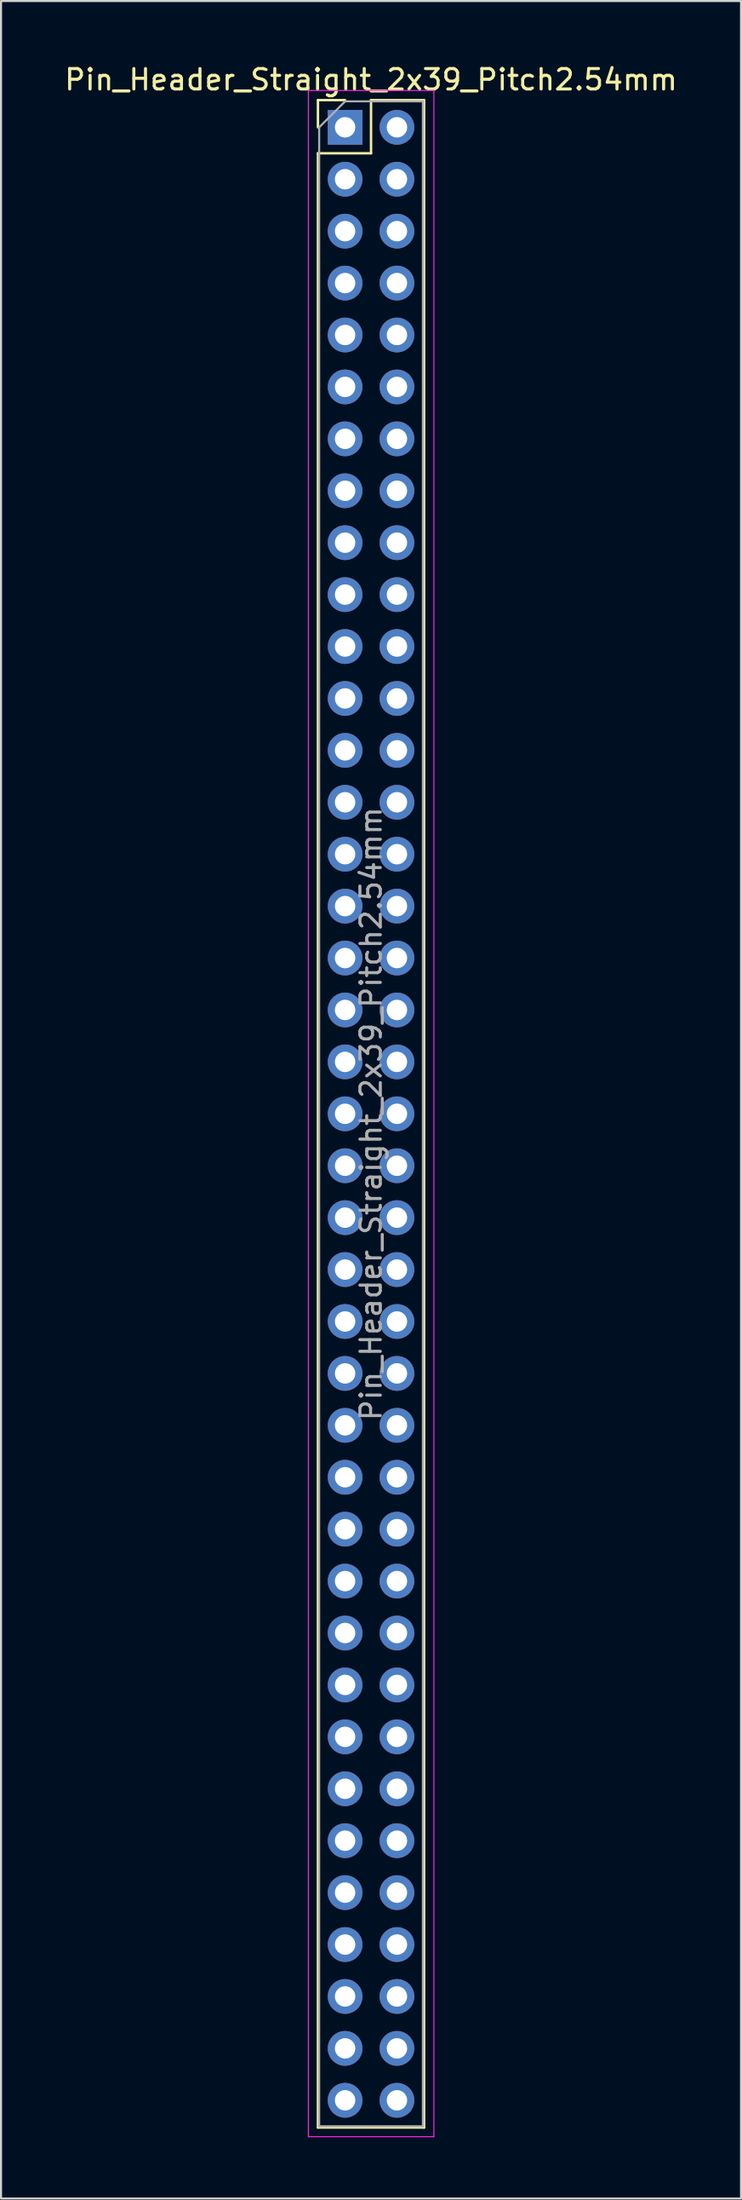
<source format=kicad_pcb>
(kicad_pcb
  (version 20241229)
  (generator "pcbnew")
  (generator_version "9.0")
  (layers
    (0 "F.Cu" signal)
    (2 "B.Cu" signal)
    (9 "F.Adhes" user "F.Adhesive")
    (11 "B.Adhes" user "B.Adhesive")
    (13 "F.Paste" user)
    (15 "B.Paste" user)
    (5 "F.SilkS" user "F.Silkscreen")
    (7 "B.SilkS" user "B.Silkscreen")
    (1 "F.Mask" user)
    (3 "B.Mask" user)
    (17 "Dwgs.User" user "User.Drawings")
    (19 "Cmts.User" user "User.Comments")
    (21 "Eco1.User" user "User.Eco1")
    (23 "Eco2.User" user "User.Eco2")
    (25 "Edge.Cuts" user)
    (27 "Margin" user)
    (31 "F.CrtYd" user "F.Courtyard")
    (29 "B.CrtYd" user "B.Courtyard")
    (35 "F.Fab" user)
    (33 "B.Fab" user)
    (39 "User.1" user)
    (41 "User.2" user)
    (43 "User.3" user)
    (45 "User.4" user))
  (footprint "Pin_Header_Straight_2x39_Pitch2.54mm"
    (layer "F.Cu")
    (at 13.855 3.178)
    (property "Reference" "Pin_Header_Straight_2x39_Pitch2.54mm" (at 1.27 -2.33 0) (layer "F.SilkS") (effects (font (size 1 1) (thickness 0.15))))
    (attr through_hole)
    (fp_line (start -1.33 -1.33) (end 0 -1.33) (stroke (width 0.12) (type solid)) (layer "F.SilkS"))
    (fp_line (start -1.33 0) (end -1.33 -1.33) (stroke (width 0.12) (type solid)) (layer "F.SilkS"))
    (fp_line (start -1.33 1.27) (end -1.33 97.85) (stroke (width 0.12) (type solid)) (layer "F.SilkS"))
    (fp_line (start -1.33 1.27) (end 1.27 1.27) (stroke (width 0.12) (type solid)) (layer "F.SilkS"))
    (fp_line (start -1.33 97.85) (end 3.87 97.85) (stroke (width 0.12) (type solid)) (layer "F.SilkS"))
    (fp_line (start 1.27 -1.33) (end 3.87 -1.33) (stroke (width 0.12) (type solid)) (layer "F.SilkS"))
    (fp_line (start 1.27 1.27) (end 1.27 -1.33) (stroke (width 0.12) (type solid)) (layer "F.SilkS"))
    (fp_line (start 3.87 -1.33) (end 3.87 97.85) (stroke (width 0.12) (type solid)) (layer "F.SilkS"))
    (fp_line (start -1.8 -1.8) (end -1.8 98.3) (stroke (width 0.05) (type solid)) (layer "F.CrtYd"))
    (fp_line (start -1.8 98.3) (end 4.35 98.3) (stroke (width 0.05) (type solid)) (layer "F.CrtYd"))
    (fp_line (start 4.35 -1.8) (end -1.8 -1.8) (stroke (width 0.05) (type solid)) (layer "F.CrtYd"))
    (fp_line (start 4.35 98.3) (end 4.35 -1.8) (stroke (width 0.05) (type solid)) (layer "F.CrtYd"))
    (fp_line (start -1.27 0) (end 0 -1.27) (stroke (width 0.1) (type solid)) (layer "F.Fab"))
    (fp_line (start -1.27 97.79) (end -1.27 0) (stroke (width 0.1) (type solid)) (layer "F.Fab"))
    (fp_line (start 0 -1.27) (end 3.81 -1.27) (stroke (width 0.1) (type solid)) (layer "F.Fab"))
    (fp_line (start 3.81 -1.27) (end 3.81 97.79) (stroke (width 0.1) (type solid)) (layer "F.Fab"))
    (fp_line (start 3.81 97.79) (end -1.27 97.79) (stroke (width 0.1) (type solid)) (layer "F.Fab"))
    (fp_text user "${REFERENCE}" (at 1.27 48.26 90) (layer "F.Fab") (effects (font (size 1 1) (thickness 0.15))))
    (pad "1" thru_hole rect (at 0 0) (size 1.7 1.7) (drill 1) (layers "*.Cu" "*.Mask"))
    (pad "2" thru_hole oval (at 2.54 0) (size 1.7 1.7) (drill 1) (layers "*.Cu" "*.Mask"))
    (pad "3" thru_hole oval (at 0 2.54) (size 1.7 1.7) (drill 1) (layers "*.Cu" "*.Mask"))
    (pad "4" thru_hole oval (at 2.54 2.54) (size 1.7 1.7) (drill 1) (layers "*.Cu" "*.Mask"))
    (pad "5" thru_hole oval (at 0 5.08) (size 1.7 1.7) (drill 1) (layers "*.Cu" "*.Mask"))
    (pad "6" thru_hole oval (at 2.54 5.08) (size 1.7 1.7) (drill 1) (layers "*.Cu" "*.Mask"))
    (pad "7" thru_hole oval (at 0 7.62) (size 1.7 1.7) (drill 1) (layers "*.Cu" "*.Mask"))
    (pad "8" thru_hole oval (at 2.54 7.62) (size 1.7 1.7) (drill 1) (layers "*.Cu" "*.Mask"))
    (pad "9" thru_hole oval (at 0 10.16) (size 1.7 1.7) (drill 1) (layers "*.Cu" "*.Mask"))
    (pad "10" thru_hole oval (at 2.54 10.16) (size 1.7 1.7) (drill 1) (layers "*.Cu" "*.Mask"))
    (pad "11" thru_hole oval (at 0 12.7) (size 1.7 1.7) (drill 1) (layers "*.Cu" "*.Mask"))
    (pad "12" thru_hole oval (at 2.54 12.7) (size 1.7 1.7) (drill 1) (layers "*.Cu" "*.Mask"))
    (pad "13" thru_hole oval (at 0 15.24) (size 1.7 1.7) (drill 1) (layers "*.Cu" "*.Mask"))
    (pad "14" thru_hole oval (at 2.54 15.24) (size 1.7 1.7) (drill 1) (layers "*.Cu" "*.Mask"))
    (pad "15" thru_hole oval (at 0 17.78) (size 1.7 1.7) (drill 1) (layers "*.Cu" "*.Mask"))
    (pad "16" thru_hole oval (at 2.54 17.78) (size 1.7 1.7) (drill 1) (layers "*.Cu" "*.Mask"))
    (pad "17" thru_hole oval (at 0 20.32) (size 1.7 1.7) (drill 1) (layers "*.Cu" "*.Mask"))
    (pad "18" thru_hole oval (at 2.54 20.32) (size 1.7 1.7) (drill 1) (layers "*.Cu" "*.Mask"))
    (pad "19" thru_hole oval (at 0 22.86) (size 1.7 1.7) (drill 1) (layers "*.Cu" "*.Mask"))
    (pad "20" thru_hole oval (at 2.54 22.86) (size 1.7 1.7) (drill 1) (layers "*.Cu" "*.Mask"))
    (pad "21" thru_hole oval (at 0 25.4) (size 1.7 1.7) (drill 1) (layers "*.Cu" "*.Mask"))
    (pad "22" thru_hole oval (at 2.54 25.4) (size 1.7 1.7) (drill 1) (layers "*.Cu" "*.Mask"))
    (pad "23" thru_hole oval (at 0 27.94) (size 1.7 1.7) (drill 1) (layers "*.Cu" "*.Mask"))
    (pad "24" thru_hole oval (at 2.54 27.94) (size 1.7 1.7) (drill 1) (layers "*.Cu" "*.Mask"))
    (pad "25" thru_hole oval (at 0 30.48) (size 1.7 1.7) (drill 1) (layers "*.Cu" "*.Mask"))
    (pad "26" thru_hole oval (at 2.54 30.48) (size 1.7 1.7) (drill 1) (layers "*.Cu" "*.Mask"))
    (pad "27" thru_hole oval (at 0 33.02) (size 1.7 1.7) (drill 1) (layers "*.Cu" "*.Mask"))
    (pad "28" thru_hole oval (at 2.54 33.02) (size 1.7 1.7) (drill 1) (layers "*.Cu" "*.Mask"))
    (pad "29" thru_hole oval (at 0 35.56) (size 1.7 1.7) (drill 1) (layers "*.Cu" "*.Mask"))
    (pad "30" thru_hole oval (at 2.54 35.56) (size 1.7 1.7) (drill 1) (layers "*.Cu" "*.Mask"))
    (pad "31" thru_hole oval (at 0 38.1) (size 1.7 1.7) (drill 1) (layers "*.Cu" "*.Mask"))
    (pad "32" thru_hole oval (at 2.54 38.1) (size 1.7 1.7) (drill 1) (layers "*.Cu" "*.Mask"))
    (pad "33" thru_hole oval (at 0 40.64) (size 1.7 1.7) (drill 1) (layers "*.Cu" "*.Mask"))
    (pad "34" thru_hole oval (at 2.54 40.64) (size 1.7 1.7) (drill 1) (layers "*.Cu" "*.Mask"))
    (pad "35" thru_hole oval (at 0 43.18) (size 1.7 1.7) (drill 1) (layers "*.Cu" "*.Mask"))
    (pad "36" thru_hole oval (at 2.54 43.18) (size 1.7 1.7) (drill 1) (layers "*.Cu" "*.Mask"))
    (pad "37" thru_hole oval (at 0 45.72) (size 1.7 1.7) (drill 1) (layers "*.Cu" "*.Mask"))
    (pad "38" thru_hole oval (at 2.54 45.72) (size 1.7 1.7) (drill 1) (layers "*.Cu" "*.Mask"))
    (pad "39" thru_hole oval (at 0 48.26) (size 1.7 1.7) (drill 1) (layers "*.Cu" "*.Mask"))
    (pad "40" thru_hole oval (at 2.54 48.26) (size 1.7 1.7) (drill 1) (layers "*.Cu" "*.Mask"))
    (pad "41" thru_hole oval (at 0 50.8) (size 1.7 1.7) (drill 1) (layers "*.Cu" "*.Mask"))
    (pad "42" thru_hole oval (at 2.54 50.8) (size 1.7 1.7) (drill 1) (layers "*.Cu" "*.Mask"))
    (pad "43" thru_hole oval (at 0 53.34) (size 1.7 1.7) (drill 1) (layers "*.Cu" "*.Mask"))
    (pad "44" thru_hole oval (at 2.54 53.34) (size 1.7 1.7) (drill 1) (layers "*.Cu" "*.Mask"))
    (pad "45" thru_hole oval (at 0 55.88) (size 1.7 1.7) (drill 1) (layers "*.Cu" "*.Mask"))
    (pad "46" thru_hole oval (at 2.54 55.88) (size 1.7 1.7) (drill 1) (layers "*.Cu" "*.Mask"))
    (pad "47" thru_hole oval (at 0 58.42) (size 1.7 1.7) (drill 1) (layers "*.Cu" "*.Mask"))
    (pad "48" thru_hole oval (at 2.54 58.42) (size 1.7 1.7) (drill 1) (layers "*.Cu" "*.Mask"))
    (pad "49" thru_hole oval (at 0 60.96) (size 1.7 1.7) (drill 1) (layers "*.Cu" "*.Mask"))
    (pad "50" thru_hole oval (at 2.54 60.96) (size 1.7 1.7) (drill 1) (layers "*.Cu" "*.Mask"))
    (pad "51" thru_hole oval (at 0 63.5) (size 1.7 1.7) (drill 1) (layers "*.Cu" "*.Mask"))
    (pad "52" thru_hole oval (at 2.54 63.5) (size 1.7 1.7) (drill 1) (layers "*.Cu" "*.Mask"))
    (pad "53" thru_hole oval (at 0 66.04) (size 1.7 1.7) (drill 1) (layers "*.Cu" "*.Mask"))
    (pad "54" thru_hole oval (at 2.54 66.04) (size 1.7 1.7) (drill 1) (layers "*.Cu" "*.Mask"))
    (pad "55" thru_hole oval (at 0 68.58) (size 1.7 1.7) (drill 1) (layers "*.Cu" "*.Mask"))
    (pad "56" thru_hole oval (at 2.54 68.58) (size 1.7 1.7) (drill 1) (layers "*.Cu" "*.Mask"))
    (pad "57" thru_hole oval (at 0 71.12) (size 1.7 1.7) (drill 1) (layers "*.Cu" "*.Mask"))
    (pad "58" thru_hole oval (at 2.54 71.12) (size 1.7 1.7) (drill 1) (layers "*.Cu" "*.Mask"))
    (pad "59" thru_hole oval (at 0 73.66) (size 1.7 1.7) (drill 1) (layers "*.Cu" "*.Mask"))
    (pad "60" thru_hole oval (at 2.54 73.66) (size 1.7 1.7) (drill 1) (layers "*.Cu" "*.Mask"))
    (pad "61" thru_hole oval (at 0 76.2) (size 1.7 1.7) (drill 1) (layers "*.Cu" "*.Mask"))
    (pad "62" thru_hole oval (at 2.54 76.2) (size 1.7 1.7) (drill 1) (layers "*.Cu" "*.Mask"))
    (pad "63" thru_hole oval (at 0 78.74) (size 1.7 1.7) (drill 1) (layers "*.Cu" "*.Mask"))
    (pad "64" thru_hole oval (at 2.54 78.74) (size 1.7 1.7) (drill 1) (layers "*.Cu" "*.Mask"))
    (pad "65" thru_hole oval (at 0 81.28) (size 1.7 1.7) (drill 1) (layers "*.Cu" "*.Mask"))
    (pad "66" thru_hole oval (at 2.54 81.28) (size 1.7 1.7) (drill 1) (layers "*.Cu" "*.Mask"))
    (pad "67" thru_hole oval (at 0 83.82) (size 1.7 1.7) (drill 1) (layers "*.Cu" "*.Mask"))
    (pad "68" thru_hole oval (at 2.54 83.82) (size 1.7 1.7) (drill 1) (layers "*.Cu" "*.Mask"))
    (pad "69" thru_hole oval (at 0 86.36) (size 1.7 1.7) (drill 1) (layers "*.Cu" "*.Mask"))
    (pad "70" thru_hole oval (at 2.54 86.36) (size 1.7 1.7) (drill 1) (layers "*.Cu" "*.Mask"))
    (pad "71" thru_hole oval (at 0 88.9) (size 1.7 1.7) (drill 1) (layers "*.Cu" "*.Mask"))
    (pad "72" thru_hole oval (at 2.54 88.9) (size 1.7 1.7) (drill 1) (layers "*.Cu" "*.Mask"))
    (pad "73" thru_hole oval (at 0 91.44) (size 1.7 1.7) (drill 1) (layers "*.Cu" "*.Mask"))
    (pad "74" thru_hole oval (at 2.54 91.44) (size 1.7 1.7) (drill 1) (layers "*.Cu" "*.Mask"))
    (pad "75" thru_hole oval (at 0 93.98) (size 1.7 1.7) (drill 1) (layers "*.Cu" "*.Mask"))
    (pad "76" thru_hole oval (at 2.54 93.98) (size 1.7 1.7) (drill 1) (layers "*.Cu" "*.Mask"))
    (pad "77" thru_hole oval (at 0 96.52) (size 1.7 1.7) (drill 1) (layers "*.Cu" "*.Mask"))
    (pad "78" thru_hole oval (at 2.54 96.52) (size 1.7 1.7) (drill 1) (layers "*.Cu" "*.Mask")))
  (gr_rect
    (start -3 -3)
    (end 33.25 104.503)
    (stroke (width 0.1) (type default))
    (fill no)
    (layer "Edge.Cuts")))
</source>
